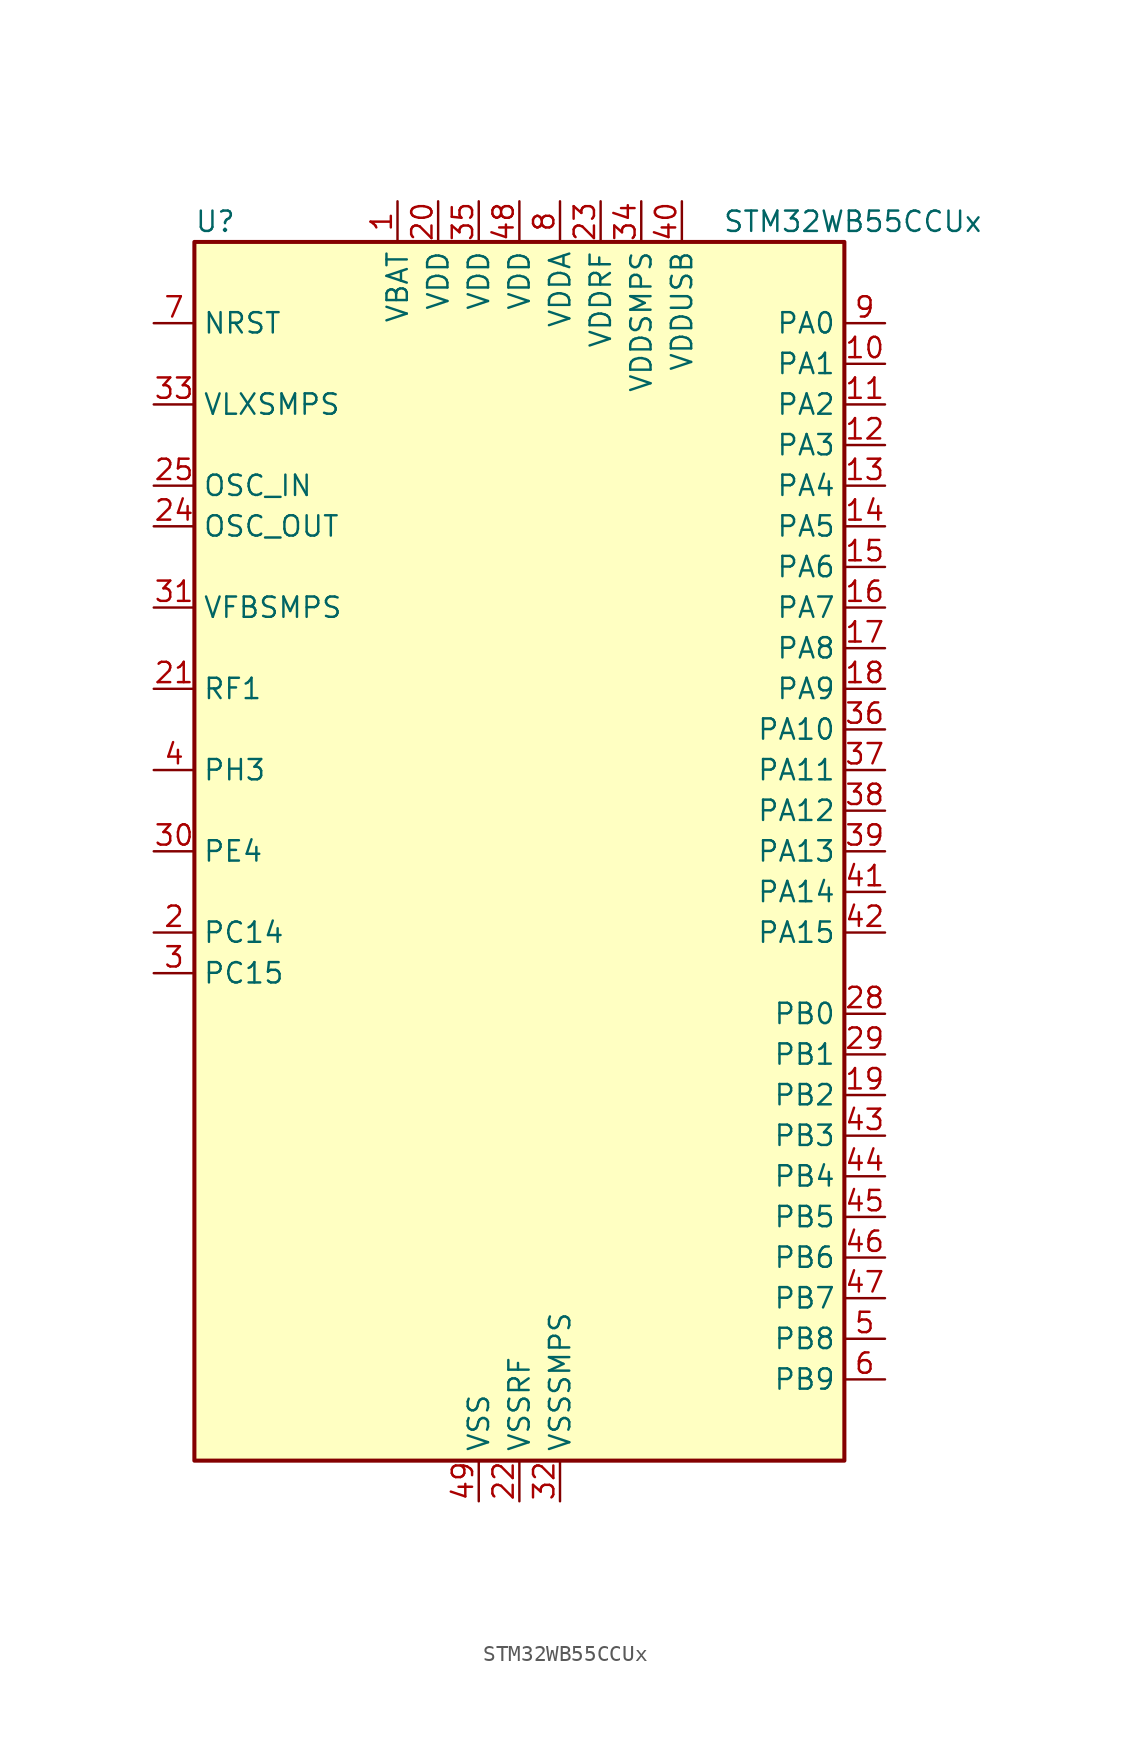
<source format=kicad_sym>
(kicad_symbol_lib
  (version 20241209)
  (generator "kicad_symbol_editor")
  (generator_version "9.0")
  (symbol "STM32WB55CCUx"
    (property "Reference" "U"
      (at -20.32 39.37 0)
      (effects (font (size 1.27 1.27)) (justify left)))
    (property "Value" "STM32WB55CCUx"
      (at 12.7 39.37 0)
      (effects (font (size 1.27 1.27)) (justify left)))
    (symbol "STM32WB55CCUx_0_1"
      (rectangle (start -20.32 -38.1) (end 20.32 38.1) (stroke (width 0.254) (type default)) (fill (type background))))
    (symbol "STM32WB55CCUx_1_1"
      (pin input line (at -22.86 33.02 0) (length 2.54) (name "NRST" (effects (font (size 1.27 1.27)))) (number "7" (effects (font (size 1.27 1.27)))))
      (pin power_in line (at -22.86 27.94 0) (length 2.54) (name "VLXSMPS" (effects (font (size 1.27 1.27)))) (number "33" (effects (font (size 1.27 1.27)))))
      (pin input line (at -22.86 22.86 0) (length 2.54) (name "OSC_IN" (effects (font (size 1.27 1.27)))) (number "25" (effects (font (size 1.27 1.27)))) (alternate "RCC_OSC_IN" bidirectional line))
      (pin input line (at -22.86 20.32 0) (length 2.54) (name "OSC_OUT" (effects (font (size 1.27 1.27)))) (number "24" (effects (font (size 1.27 1.27)))) (alternate "RCC_OSC_OUT" bidirectional line))
      (pin input line (at -22.86 15.24 0) (length 2.54) (name "VFBSMPS" (effects (font (size 1.27 1.27)))) (number "31" (effects (font (size 1.27 1.27)))))
      (pin bidirectional line (at -22.86 10.16 0) (length 2.54) (name "RF1" (effects (font (size 1.27 1.27)))) (number "21" (effects (font (size 1.27 1.27)))) (alternate "RF_RF1" bidirectional line))
      (pin bidirectional line (at -22.86 5.08 0) (length 2.54) (name "PH3" (effects (font (size 1.27 1.27)))) (number "4" (effects (font (size 1.27 1.27)))) (alternate "RCC_LSCO" bidirectional line))
      (pin bidirectional line (at -22.86 0 0) (length 2.54) (name "PE4" (effects (font (size 1.27 1.27)))) (number "30" (effects (font (size 1.27 1.27)))))
      (pin bidirectional line (at -22.86 -5.08 0) (length 2.54) (name "PC14" (effects (font (size 1.27 1.27)))) (number "2" (effects (font (size 1.27 1.27)))) (alternate "RCC_OSC32_IN" bidirectional line))
      (pin bidirectional line (at -22.86 -7.62 0) (length 2.54) (name "PC15" (effects (font (size 1.27 1.27)))) (number "3" (effects (font (size 1.27 1.27)))) (alternate "ADC1_EXTI15" bidirectional line) (alternate "RCC_OSC32_OUT" bidirectional line))
      (pin no_connect line (at -20.32 -35.56 0) (length 2.54) (hide yes) (name "AT1" (effects (font (size 1.27 1.27)))) (number "27" (effects (font (size 1.27 1.27)))))
      (pin no_connect line (at -20.32 -38.1 0) (length 2.54) (hide yes) (name "AT0" (effects (font (size 1.27 1.27)))) (number "26" (effects (font (size 1.27 1.27)))))
      (pin power_in line (at -7.62 40.64 270) (length 2.54) (name "VBAT" (effects (font (size 1.27 1.27)))) (number "1" (effects (font (size 1.27 1.27)))))
      (pin power_in line (at -5.08 40.64 270) (length 2.54) (name "VDD" (effects (font (size 1.27 1.27)))) (number "20" (effects (font (size 1.27 1.27)))))
      (pin power_in line (at -2.54 40.64 270) (length 2.54) (name "VDD" (effects (font (size 1.27 1.27)))) (number "35" (effects (font (size 1.27 1.27)))))
      (pin power_in line (at -2.54 -40.64 90) (length 2.54) (name "VSS" (effects (font (size 1.27 1.27)))) (number "49" (effects (font (size 1.27 1.27)))))
      (pin power_in line (at 0 40.64 270) (length 2.54) (name "VDD" (effects (font (size 1.27 1.27)))) (number "48" (effects (font (size 1.27 1.27)))))
      (pin power_in line (at 0 -40.64 90) (length 2.54) (name "VSSRF" (effects (font (size 1.27 1.27)))) (number "22" (effects (font (size 1.27 1.27)))))
      (pin power_in line (at 2.54 40.64 270) (length 2.54) (name "VDDA" (effects (font (size 1.27 1.27)))) (number "8" (effects (font (size 1.27 1.27)))))
      (pin power_in line (at 2.54 -40.64 90) (length 2.54) (name "VSSSMPS" (effects (font (size 1.27 1.27)))) (number "32" (effects (font (size 1.27 1.27)))))
      (pin power_in line (at 5.08 40.64 270) (length 2.54) (name "VDDRF" (effects (font (size 1.27 1.27)))) (number "23" (effects (font (size 1.27 1.27)))))
      (pin power_in line (at 7.62 40.64 270) (length 2.54) (name "VDDSMPS" (effects (font (size 1.27 1.27)))) (number "34" (effects (font (size 1.27 1.27)))))
      (pin power_in line (at 10.16 40.64 270) (length 2.54) (name "VDDUSB" (effects (font (size 1.27 1.27)))) (number "40" (effects (font (size 1.27 1.27)))))
      (pin bidirectional line (at 22.86 33.02 180) (length 2.54) (name "PA0" (effects (font (size 1.27 1.27)))) (number "9" (effects (font (size 1.27 1.27)))) (alternate "ADC1_IN5" bidirectional line) (alternate "COMP1_INM" bidirectional line) (alternate "COMP1_OUT" bidirectional line) (alternate "RTC_TAMP2" bidirectional line) (alternate "SAI1_EXTCLK" bidirectional line) (alternate "SYS_WKUP1" bidirectional line) (alternate "TIM2_CH1" bidirectional line) (alternate "TIM2_ETR" bidirectional line))
      (pin bidirectional line (at 22.86 30.48 180) (length 2.54) (name "PA1" (effects (font (size 1.27 1.27)))) (number "10" (effects (font (size 1.27 1.27)))) (alternate "ADC1_IN6" bidirectional line) (alternate "COMP1_INP" bidirectional line) (alternate "I2C1_SMBA" bidirectional line) (alternate "LCD_SEG0" bidirectional line) (alternate "SPI1_SCK" bidirectional line) (alternate "TIM2_CH2" bidirectional line))
      (pin bidirectional line (at 22.86 27.94 180) (length 2.54) (name "PA2" (effects (font (size 1.27 1.27)))) (number "11" (effects (font (size 1.27 1.27)))) (alternate "ADC1_IN7" bidirectional line) (alternate "COMP2_INM" bidirectional line) (alternate "COMP2_OUT" bidirectional line) (alternate "LCD_SEG1" bidirectional line) (alternate "LPUART1_TX" bidirectional line) (alternate "QUADSPI_BK1_NCS" bidirectional line) (alternate "RCC_LSCO" bidirectional line) (alternate "SYS_WKUP4" bidirectional line) (alternate "TIM2_CH3" bidirectional line))
      (pin bidirectional line (at 22.86 25.4 180) (length 2.54) (name "PA3" (effects (font (size 1.27 1.27)))) (number "12" (effects (font (size 1.27 1.27)))) (alternate "ADC1_IN8" bidirectional line) (alternate "COMP2_INP" bidirectional line) (alternate "LCD_SEG2" bidirectional line) (alternate "LPUART1_RX" bidirectional line) (alternate "QUADSPI_CLK" bidirectional line) (alternate "SAI1_CK1" bidirectional line) (alternate "SAI1_MCLK_A" bidirectional line) (alternate "TIM2_CH4" bidirectional line))
      (pin bidirectional line (at 22.86 22.86 180) (length 2.54) (name "PA4" (effects (font (size 1.27 1.27)))) (number "13" (effects (font (size 1.27 1.27)))) (alternate "ADC1_IN9" bidirectional line) (alternate "COMP1_INM" bidirectional line) (alternate "COMP2_INM" bidirectional line) (alternate "LCD_SEG5" bidirectional line) (alternate "LPTIM2_OUT" bidirectional line) (alternate "SAI1_FS_B" bidirectional line) (alternate "SPI1_NSS" bidirectional line))
      (pin bidirectional line (at 22.86 20.32 180) (length 2.54) (name "PA5" (effects (font (size 1.27 1.27)))) (number "14" (effects (font (size 1.27 1.27)))) (alternate "ADC1_IN10" bidirectional line) (alternate "COMP1_INM" bidirectional line) (alternate "COMP2_INM" bidirectional line) (alternate "LPTIM2_ETR" bidirectional line) (alternate "SAI1_SD_B" bidirectional line) (alternate "SPI1_SCK" bidirectional line) (alternate "TIM2_CH1" bidirectional line) (alternate "TIM2_ETR" bidirectional line))
      (pin bidirectional line (at 22.86 17.78 180) (length 2.54) (name "PA6" (effects (font (size 1.27 1.27)))) (number "15" (effects (font (size 1.27 1.27)))) (alternate "ADC1_IN11" bidirectional line) (alternate "LCD_SEG3" bidirectional line) (alternate "LPUART1_CTS" bidirectional line) (alternate "QUADSPI_BK1_IO3" bidirectional line) (alternate "SPI1_MISO" bidirectional line) (alternate "TIM16_CH1" bidirectional line) (alternate "TIM1_BKIN" bidirectional line))
      (pin bidirectional line (at 22.86 15.24 180) (length 2.54) (name "PA7" (effects (font (size 1.27 1.27)))) (number "16" (effects (font (size 1.27 1.27)))) (alternate "ADC1_IN12" bidirectional line) (alternate "COMP2_OUT" bidirectional line) (alternate "I2C3_SCL" bidirectional line) (alternate "LCD_SEG4" bidirectional line) (alternate "QUADSPI_BK1_IO2" bidirectional line) (alternate "SPI1_MOSI" bidirectional line) (alternate "TIM17_CH1" bidirectional line) (alternate "TIM1_CH1N" bidirectional line))
      (pin bidirectional line (at 22.86 12.7 180) (length 2.54) (name "PA8" (effects (font (size 1.27 1.27)))) (number "17" (effects (font (size 1.27 1.27)))) (alternate "ADC1_IN15" bidirectional line) (alternate "LCD_COM0" bidirectional line) (alternate "LPTIM2_OUT" bidirectional line) (alternate "RCC_MCO" bidirectional line) (alternate "SAI1_CK2" bidirectional line) (alternate "SAI1_SCK_A" bidirectional line) (alternate "TIM1_CH1" bidirectional line) (alternate "USART1_CK" bidirectional line))
      (pin bidirectional line (at 22.86 10.16 180) (length 2.54) (name "PA9" (effects (font (size 1.27 1.27)))) (number "18" (effects (font (size 1.27 1.27)))) (alternate "ADC1_IN16" bidirectional line) (alternate "COMP1_INM" bidirectional line) (alternate "I2C1_SCL" bidirectional line) (alternate "LCD_COM1" bidirectional line) (alternate "SAI1_D2" bidirectional line) (alternate "SAI1_FS_A" bidirectional line) (alternate "TIM1_CH2" bidirectional line) (alternate "USART1_TX" bidirectional line))
      (pin bidirectional line (at 22.86 7.62 180) (length 2.54) (name "PA10" (effects (font (size 1.27 1.27)))) (number "36" (effects (font (size 1.27 1.27)))) (alternate "CRS_SYNC" bidirectional line) (alternate "I2C1_SDA" bidirectional line) (alternate "LCD_COM2" bidirectional line) (alternate "SAI1_D1" bidirectional line) (alternate "SAI1_SD_A" bidirectional line) (alternate "TIM17_BKIN" bidirectional line) (alternate "TIM1_CH3" bidirectional line) (alternate "USART1_RX" bidirectional line))
      (pin bidirectional line (at 22.86 5.08 180) (length 2.54) (name "PA11" (effects (font (size 1.27 1.27)))) (number "37" (effects (font (size 1.27 1.27)))) (alternate "ADC1_EXTI11" bidirectional line) (alternate "SPI1_MISO" bidirectional line) (alternate "TIM1_BKIN2" bidirectional line) (alternate "TIM1_CH4" bidirectional line) (alternate "USART1_CTS" bidirectional line) (alternate "USART1_NSS" bidirectional line) (alternate "USB_DM" bidirectional line))
      (pin bidirectional line (at 22.86 2.54 180) (length 2.54) (name "PA12" (effects (font (size 1.27 1.27)))) (number "38" (effects (font (size 1.27 1.27)))) (alternate "LPUART1_RX" bidirectional line) (alternate "SPI1_MOSI" bidirectional line) (alternate "TIM1_ETR" bidirectional line) (alternate "USART1_DE" bidirectional line) (alternate "USART1_RTS" bidirectional line) (alternate "USB_DP" bidirectional line))
      (pin bidirectional line (at 22.86 0 180) (length 2.54) (name "PA13" (effects (font (size 1.27 1.27)))) (number "39" (effects (font (size 1.27 1.27)))) (alternate "IR_OUT" bidirectional line) (alternate "SAI1_SD_B" bidirectional line) (alternate "SYS_JTMS-SWDIO" bidirectional line) (alternate "USB_NOE" bidirectional line))
      (pin bidirectional line (at 22.86 -2.54 180) (length 2.54) (name "PA14" (effects (font (size 1.27 1.27)))) (number "41" (effects (font (size 1.27 1.27)))) (alternate "I2C1_SMBA" bidirectional line) (alternate "LCD_SEG5" bidirectional line) (alternate "LPTIM1_OUT" bidirectional line) (alternate "SAI1_FS_B" bidirectional line) (alternate "SYS_JTCK-SWCLK" bidirectional line))
      (pin bidirectional line (at 22.86 -5.08 180) (length 2.54) (name "PA15" (effects (font (size 1.27 1.27)))) (number "42" (effects (font (size 1.27 1.27)))) (alternate "ADC1_EXTI15" bidirectional line) (alternate "LCD_SEG17" bidirectional line) (alternate "RCC_MCO" bidirectional line) (alternate "SPI1_NSS" bidirectional line) (alternate "SYS_JTDI" bidirectional line) (alternate "TIM2_CH1" bidirectional line) (alternate "TIM2_ETR" bidirectional line))
      (pin bidirectional line (at 22.86 -10.16 180) (length 2.54) (name "PB0" (effects (font (size 1.27 1.27)))) (number "28" (effects (font (size 1.27 1.27)))) (alternate "COMP1_OUT" bidirectional line) (alternate "RF_TX_MOD_EXT_PA" bidirectional line))
      (pin bidirectional line (at 22.86 -12.7 180) (length 2.54) (name "PB1" (effects (font (size 1.27 1.27)))) (number "29" (effects (font (size 1.27 1.27)))) (alternate "LPTIM2_IN1" bidirectional line) (alternate "LPUART1_DE" bidirectional line) (alternate "LPUART1_RTS" bidirectional line))
      (pin bidirectional line (at 22.86 -15.24 180) (length 2.54) (name "PB2" (effects (font (size 1.27 1.27)))) (number "19" (effects (font (size 1.27 1.27)))) (alternate "COMP1_INP" bidirectional line) (alternate "I2C3_SMBA" bidirectional line) (alternate "LCD_VLCD" bidirectional line) (alternate "LPTIM1_OUT" bidirectional line) (alternate "RTC_OUT2" bidirectional line) (alternate "SAI1_EXTCLK" bidirectional line) (alternate "SPI1_NSS" bidirectional line))
      (pin bidirectional line (at 22.86 -17.78 180) (length 2.54) (name "PB3" (effects (font (size 1.27 1.27)))) (number "43" (effects (font (size 1.27 1.27)))) (alternate "COMP2_INM" bidirectional line) (alternate "LCD_SEG7" bidirectional line) (alternate "SAI1_SCK_B" bidirectional line) (alternate "SPI1_SCK" bidirectional line) (alternate "SYS_JTDO-SWO" bidirectional line) (alternate "TIM2_CH2" bidirectional line) (alternate "USART1_DE" bidirectional line) (alternate "USART1_RTS" bidirectional line))
      (pin bidirectional line (at 22.86 -20.32 180) (length 2.54) (name "PB4" (effects (font (size 1.27 1.27)))) (number "44" (effects (font (size 1.27 1.27)))) (alternate "COMP2_INP" bidirectional line) (alternate "I2C3_SDA" bidirectional line) (alternate "LCD_SEG8" bidirectional line) (alternate "SAI1_MCLK_B" bidirectional line) (alternate "SPI1_MISO" bidirectional line) (alternate "SYS_JTRST" bidirectional line) (alternate "TIM17_BKIN" bidirectional line) (alternate "USART1_CTS" bidirectional line) (alternate "USART1_NSS" bidirectional line))
      (pin bidirectional line (at 22.86 -22.86 180) (length 2.54) (name "PB5" (effects (font (size 1.27 1.27)))) (number "45" (effects (font (size 1.27 1.27)))) (alternate "COMP2_OUT" bidirectional line) (alternate "I2C1_SMBA" bidirectional line) (alternate "LCD_SEG9" bidirectional line) (alternate "LPTIM1_IN1" bidirectional line) (alternate "LPUART1_TX" bidirectional line) (alternate "SAI1_SD_B" bidirectional line) (alternate "SPI1_MOSI" bidirectional line) (alternate "TIM16_BKIN" bidirectional line) (alternate "USART1_CK" bidirectional line))
      (pin bidirectional line (at 22.86 -25.4 180) (length 2.54) (name "PB6" (effects (font (size 1.27 1.27)))) (number "46" (effects (font (size 1.27 1.27)))) (alternate "COMP2_INP" bidirectional line) (alternate "I2C1_SCL" bidirectional line) (alternate "LCD_SEG6" bidirectional line) (alternate "LPTIM1_ETR" bidirectional line) (alternate "RCC_MCO" bidirectional line) (alternate "SAI1_FS_B" bidirectional line) (alternate "TIM16_CH1N" bidirectional line) (alternate "USART1_TX" bidirectional line))
      (pin bidirectional line (at 22.86 -27.94 180) (length 2.54) (name "PB7" (effects (font (size 1.27 1.27)))) (number "47" (effects (font (size 1.27 1.27)))) (alternate "COMP2_INM" bidirectional line) (alternate "I2C1_SDA" bidirectional line) (alternate "LCD_SEG21" bidirectional line) (alternate "LPTIM1_IN2" bidirectional line) (alternate "SYS_PVD_IN" bidirectional line) (alternate "TIM17_CH1N" bidirectional line) (alternate "TIM1_BKIN" bidirectional line) (alternate "USART1_RX" bidirectional line))
      (pin bidirectional line (at 22.86 -30.48 180) (length 2.54) (name "PB8" (effects (font (size 1.27 1.27)))) (number "5" (effects (font (size 1.27 1.27)))) (alternate "I2C1_SCL" bidirectional line) (alternate "LCD_SEG16" bidirectional line) (alternate "QUADSPI_BK1_IO1" bidirectional line) (alternate "SAI1_CK1" bidirectional line) (alternate "SAI1_MCLK_A" bidirectional line) (alternate "TIM16_CH1" bidirectional line) (alternate "TIM1_CH2N" bidirectional line))
      (pin bidirectional line (at 22.86 -33.02 180) (length 2.54) (name "PB9" (effects (font (size 1.27 1.27)))) (number "6" (effects (font (size 1.27 1.27)))) (alternate "I2C1_SDA" bidirectional line) (alternate "IR_OUT" bidirectional line) (alternate "LCD_COM3" bidirectional line) (alternate "QUADSPI_BK1_IO0" bidirectional line) (alternate "SAI1_D2" bidirectional line) (alternate "SAI1_FS_A" bidirectional line) (alternate "TIM17_CH1" bidirectional line) (alternate "TIM1_CH3N" bidirectional line)))))
</source>
